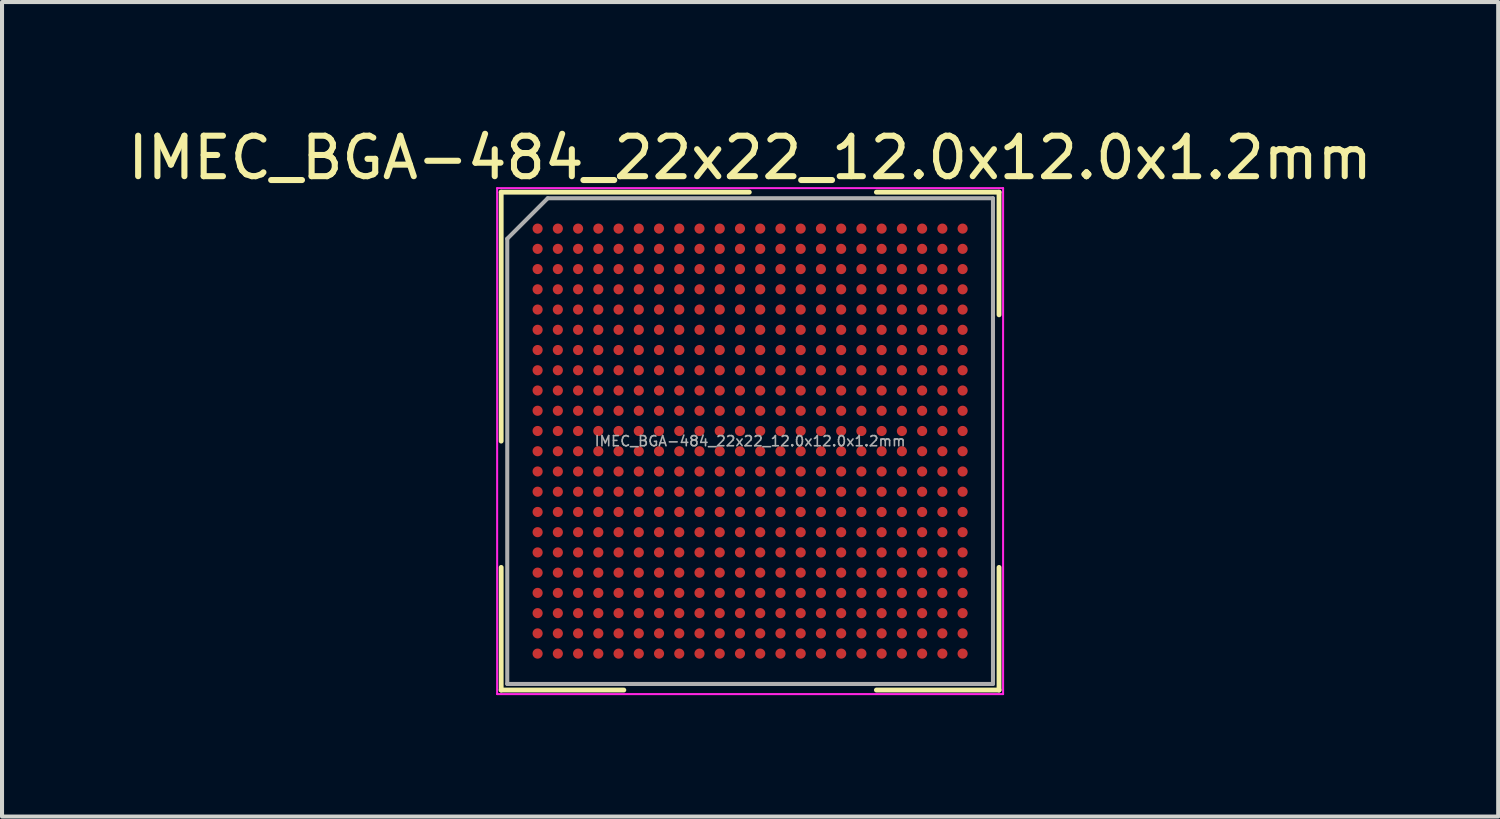
<source format=kicad_pcb>
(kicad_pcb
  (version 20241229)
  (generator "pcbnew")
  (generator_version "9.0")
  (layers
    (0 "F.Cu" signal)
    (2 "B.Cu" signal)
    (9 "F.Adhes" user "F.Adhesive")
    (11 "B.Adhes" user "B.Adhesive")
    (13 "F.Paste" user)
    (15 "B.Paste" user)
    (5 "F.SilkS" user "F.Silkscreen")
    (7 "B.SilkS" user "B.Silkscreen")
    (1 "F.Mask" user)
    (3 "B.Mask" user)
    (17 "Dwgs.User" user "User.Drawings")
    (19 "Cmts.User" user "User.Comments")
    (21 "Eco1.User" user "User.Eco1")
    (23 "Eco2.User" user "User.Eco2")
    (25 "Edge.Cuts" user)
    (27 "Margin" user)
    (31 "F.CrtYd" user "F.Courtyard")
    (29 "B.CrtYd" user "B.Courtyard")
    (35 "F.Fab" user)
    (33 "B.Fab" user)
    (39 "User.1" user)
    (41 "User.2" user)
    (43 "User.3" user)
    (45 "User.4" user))
  (footprint "IMEC_BGA-484_22x22_12.0x12.0x1.2mm"
    (layer "F.Cu")
    (at 15.482 7.848)
    (property "Reference" "IMEC_BGA-484_22x22_12.0x12.0x1.2mm" (at 0 -7 0) (layer "F.SilkS") (effects (font (size 1 1) (thickness 0.15))))
    (attr through_hole)
    (fp_line (start -6.15 -6.15) (end -6.15 0) (stroke (width 0.12) (type default)) (layer "F.SilkS"))
    (fp_line (start -6.15 -6.15) (end -0.02 -6.15) (stroke (width 0.12) (type default)) (layer "F.SilkS"))
    (fp_line (start -6.15 6.15) (end -6.15 3.12) (stroke (width 0.12) (type default)) (layer "F.SilkS"))
    (fp_line (start -3.12 6.15) (end -6.15 6.15) (stroke (width 0.12) (type default)) (layer "F.SilkS"))
    (fp_line (start 3.12 -6.15) (end 6.15 -6.15) (stroke (width 0.12) (type default)) (layer "F.SilkS"))
    (fp_line (start 6.15 -6.15) (end 6.15 -3.12) (stroke (width 0.12) (type default)) (layer "F.SilkS"))
    (fp_line (start 6.15 3.12) (end 6.15 6.15) (stroke (width 0.12) (type default)) (layer "F.SilkS"))
    (fp_line (start 6.15 6.15) (end 3.12 6.15) (stroke (width 0.12) (type default)) (layer "F.SilkS"))
    (fp_line (start -6.25 -6.25) (end 6.25 -6.25) (stroke (width 0.05) (type default)) (layer "F.CrtYd"))
    (fp_line (start -6.25 6.25) (end -6.25 -6.25) (stroke (width 0.05) (type default)) (layer "F.CrtYd"))
    (fp_line (start 6.25 -6.25) (end 6.25 6.25) (stroke (width 0.05) (type default)) (layer "F.CrtYd"))
    (fp_line (start 6.25 6.25) (end -6.25 6.25) (stroke (width 0.05) (type default)) (layer "F.CrtYd"))
    (fp_line (start -6 -5) (end -6 6) (stroke (width 0.1) (type default)) (layer "F.Fab"))
    (fp_line (start -6 6) (end 6 6) (stroke (width 0.1) (type default)) (layer "F.Fab"))
    (fp_line (start -5 -6) (end -6 -5) (stroke (width 0.1) (type default)) (layer "F.Fab"))
    (fp_line (start 6 -6) (end -5 -6) (stroke (width 0.1) (type default)) (layer "F.Fab"))
    (fp_line (start 6 6) (end 6 -6) (stroke (width 0.1) (type default)) (layer "F.Fab"))
    (fp_text user "${REFERENCE}" (at 0 0 0) (unlocked yes) (layer "F.Fab") (effects (font (size 0.25 0.25) (thickness 0.04))))
    (pad "A1" smd circle (at -5.25 -5.25) (size 0.25 0.25) (layers "F.Cu" "F.Mask" "F.Paste"))
    (pad "A2" smd circle (at -4.75 -5.25) (size 0.25 0.25) (layers "F.Cu" "F.Mask" "F.Paste"))
    (pad "A3" smd circle (at -4.25 -5.25) (size 0.25 0.25) (layers "F.Cu" "F.Mask" "F.Paste"))
    (pad "A4" smd circle (at -3.75 -5.25) (size 0.25 0.25) (layers "F.Cu" "F.Mask" "F.Paste"))
    (pad "A5" smd circle (at -3.25 -5.25) (size 0.25 0.25) (layers "F.Cu" "F.Mask" "F.Paste"))
    (pad "A6" smd circle (at -2.75 -5.25) (size 0.25 0.25) (layers "F.Cu" "F.Mask" "F.Paste"))
    (pad "A7" smd circle (at -2.25 -5.25) (size 0.25 0.25) (layers "F.Cu" "F.Mask" "F.Paste"))
    (pad "A8" smd circle (at -1.75 -5.25) (size 0.25 0.25) (layers "F.Cu" "F.Mask" "F.Paste"))
    (pad "A9" smd circle (at -1.25 -5.25) (size 0.25 0.25) (layers "F.Cu" "F.Mask" "F.Paste"))
    (pad "A10" smd circle (at -0.75 -5.25) (size 0.25 0.25) (layers "F.Cu" "F.Mask" "F.Paste"))
    (pad "A11" smd circle (at -0.25 -5.25) (size 0.25 0.25) (layers "F.Cu" "F.Mask" "F.Paste"))
    (pad "A12" smd circle (at 0.25 -5.25) (size 0.25 0.25) (layers "F.Cu" "F.Mask" "F.Paste"))
    (pad "A13" smd circle (at 0.75 -5.25) (size 0.25 0.25) (layers "F.Cu" "F.Mask" "F.Paste"))
    (pad "A14" smd circle (at 1.25 -5.25) (size 0.25 0.25) (layers "F.Cu" "F.Mask" "F.Paste"))
    (pad "A15" smd circle (at 1.75 -5.25) (size 0.25 0.25) (layers "F.Cu" "F.Mask" "F.Paste"))
    (pad "A16" smd circle (at 2.25 -5.25) (size 0.25 0.25) (layers "F.Cu" "F.Mask" "F.Paste"))
    (pad "A17" smd circle (at 2.75 -5.25) (size 0.25 0.25) (layers "F.Cu" "F.Mask" "F.Paste"))
    (pad "A18" smd circle (at 3.25 -5.25) (size 0.25 0.25) (layers "F.Cu" "F.Mask" "F.Paste"))
    (pad "A19" smd circle (at 3.75 -5.25) (size 0.25 0.25) (layers "F.Cu" "F.Mask" "F.Paste"))
    (pad "A20" smd circle (at 4.25 -5.25) (size 0.25 0.25) (layers "F.Cu" "F.Mask" "F.Paste"))
    (pad "A21" smd circle (at 4.75 -5.25) (size 0.25 0.25) (layers "F.Cu" "F.Mask" "F.Paste"))
    (pad "A22" smd circle (at 5.25 -5.25) (size 0.25 0.25) (layers "F.Cu" "F.Mask" "F.Paste"))
    (pad "AA1" smd circle (at -5.25 4.75) (size 0.25 0.25) (layers "F.Cu" "F.Mask" "F.Paste"))
    (pad "AA2" smd circle (at -4.75 4.75) (size 0.25 0.25) (layers "F.Cu" "F.Mask" "F.Paste"))
    (pad "AA3" smd circle (at -4.25 4.75) (size 0.25 0.25) (layers "F.Cu" "F.Mask" "F.Paste"))
    (pad "AA4" smd circle (at -3.75 4.75) (size 0.25 0.25) (layers "F.Cu" "F.Mask" "F.Paste"))
    (pad "AA5" smd circle (at -3.25 4.75) (size 0.25 0.25) (layers "F.Cu" "F.Mask" "F.Paste"))
    (pad "AA6" smd circle (at -2.75 4.75) (size 0.25 0.25) (layers "F.Cu" "F.Mask" "F.Paste"))
    (pad "AA7" smd circle (at -2.25 4.75) (size 0.25 0.25) (layers "F.Cu" "F.Mask" "F.Paste"))
    (pad "AA8" smd circle (at -1.75 4.75) (size 0.25 0.25) (layers "F.Cu" "F.Mask" "F.Paste"))
    (pad "AA9" smd circle (at -1.25 4.75) (size 0.25 0.25) (layers "F.Cu" "F.Mask" "F.Paste"))
    (pad "AA10" smd circle (at -0.75 4.75) (size 0.25 0.25) (layers "F.Cu" "F.Mask" "F.Paste"))
    (pad "AA11" smd circle (at -0.25 4.75) (size 0.25 0.25) (layers "F.Cu" "F.Mask" "F.Paste"))
    (pad "AA12" smd circle (at 0.25 4.75) (size 0.25 0.25) (layers "F.Cu" "F.Mask" "F.Paste"))
    (pad "AA13" smd circle (at 0.75 4.75) (size 0.25 0.25) (layers "F.Cu" "F.Mask" "F.Paste"))
    (pad "AA14" smd circle (at 1.25 4.75) (size 0.25 0.25) (layers "F.Cu" "F.Mask" "F.Paste"))
    (pad "AA15" smd circle (at 1.75 4.75) (size 0.25 0.25) (layers "F.Cu" "F.Mask" "F.Paste"))
    (pad "AA16" smd circle (at 2.25 4.75) (size 0.25 0.25) (layers "F.Cu" "F.Mask" "F.Paste"))
    (pad "AA17" smd circle (at 2.75 4.75) (size 0.25 0.25) (layers "F.Cu" "F.Mask" "F.Paste"))
    (pad "AA18" smd circle (at 3.25 4.75) (size 0.25 0.25) (layers "F.Cu" "F.Mask" "F.Paste"))
    (pad "AA19" smd circle (at 3.75 4.75) (size 0.25 0.25) (layers "F.Cu" "F.Mask" "F.Paste"))
    (pad "AA20" smd circle (at 4.25 4.75) (size 0.25 0.25) (layers "F.Cu" "F.Mask" "F.Paste"))
    (pad "AA21" smd circle (at 4.75 4.75) (size 0.25 0.25) (layers "F.Cu" "F.Mask" "F.Paste"))
    (pad "AA22" smd circle (at 5.25 4.75) (size 0.25 0.25) (layers "F.Cu" "F.Mask" "F.Paste"))
    (pad "AB1" smd circle (at -5.25 5.25) (size 0.25 0.25) (layers "F.Cu" "F.Mask" "F.Paste"))
    (pad "AB2" smd circle (at -4.75 5.25) (size 0.25 0.25) (layers "F.Cu" "F.Mask" "F.Paste"))
    (pad "AB3" smd circle (at -4.25 5.25) (size 0.25 0.25) (layers "F.Cu" "F.Mask" "F.Paste"))
    (pad "AB4" smd circle (at -3.75 5.25) (size 0.25 0.25) (layers "F.Cu" "F.Mask" "F.Paste"))
    (pad "AB5" smd circle (at -3.25 5.25) (size 0.25 0.25) (layers "F.Cu" "F.Mask" "F.Paste"))
    (pad "AB6" smd circle (at -2.75 5.25) (size 0.25 0.25) (layers "F.Cu" "F.Mask" "F.Paste"))
    (pad "AB7" smd circle (at -2.25 5.25) (size 0.25 0.25) (layers "F.Cu" "F.Mask" "F.Paste"))
    (pad "AB8" smd circle (at -1.75 5.25) (size 0.25 0.25) (layers "F.Cu" "F.Mask" "F.Paste"))
    (pad "AB9" smd circle (at -1.25 5.25) (size 0.25 0.25) (layers "F.Cu" "F.Mask" "F.Paste"))
    (pad "AB10" smd circle (at -0.75 5.25) (size 0.25 0.25) (layers "F.Cu" "F.Mask" "F.Paste"))
    (pad "AB11" smd circle (at -0.25 5.25) (size 0.25 0.25) (layers "F.Cu" "F.Mask" "F.Paste"))
    (pad "AB12" smd circle (at 0.25 5.25) (size 0.25 0.25) (layers "F.Cu" "F.Mask" "F.Paste"))
    (pad "AB13" smd circle (at 0.75 5.25) (size 0.25 0.25) (layers "F.Cu" "F.Mask" "F.Paste"))
    (pad "AB14" smd circle (at 1.25 5.25) (size 0.25 0.25) (layers "F.Cu" "F.Mask" "F.Paste"))
    (pad "AB15" smd circle (at 1.75 5.25) (size 0.25 0.25) (layers "F.Cu" "F.Mask" "F.Paste"))
    (pad "AB16" smd circle (at 2.25 5.25) (size 0.25 0.25) (layers "F.Cu" "F.Mask" "F.Paste"))
    (pad "AB17" smd circle (at 2.75 5.25) (size 0.25 0.25) (layers "F.Cu" "F.Mask" "F.Paste"))
    (pad "AB18" smd circle (at 3.25 5.25) (size 0.25 0.25) (layers "F.Cu" "F.Mask" "F.Paste"))
    (pad "AB19" smd circle (at 3.75 5.25) (size 0.25 0.25) (layers "F.Cu" "F.Mask" "F.Paste"))
    (pad "AB20" smd circle (at 4.25 5.25) (size 0.25 0.25) (layers "F.Cu" "F.Mask" "F.Paste"))
    (pad "AB21" smd circle (at 4.75 5.25) (size 0.25 0.25) (layers "F.Cu" "F.Mask" "F.Paste"))
    (pad "AB22" smd circle (at 5.25 5.25) (size 0.25 0.25) (layers "F.Cu" "F.Mask" "F.Paste"))
    (pad "B1" smd circle (at -5.25 -4.75) (size 0.25 0.25) (layers "F.Cu" "F.Mask" "F.Paste"))
    (pad "B2" smd circle (at -4.75 -4.75) (size 0.25 0.25) (layers "F.Cu" "F.Mask" "F.Paste"))
    (pad "B3" smd circle (at -4.25 -4.75) (size 0.25 0.25) (layers "F.Cu" "F.Mask" "F.Paste"))
    (pad "B4" smd circle (at -3.75 -4.75) (size 0.25 0.25) (layers "F.Cu" "F.Mask" "F.Paste"))
    (pad "B5" smd circle (at -3.25 -4.75) (size 0.25 0.25) (layers "F.Cu" "F.Mask" "F.Paste"))
    (pad "B6" smd circle (at -2.75 -4.75) (size 0.25 0.25) (layers "F.Cu" "F.Mask" "F.Paste"))
    (pad "B7" smd circle (at -2.25 -4.75) (size 0.25 0.25) (layers "F.Cu" "F.Mask" "F.Paste"))
    (pad "B8" smd circle (at -1.75 -4.75) (size 0.25 0.25) (layers "F.Cu" "F.Mask" "F.Paste"))
    (pad "B9" smd circle (at -1.25 -4.75) (size 0.25 0.25) (layers "F.Cu" "F.Mask" "F.Paste"))
    (pad "B10" smd circle (at -0.75 -4.75) (size 0.25 0.25) (layers "F.Cu" "F.Mask" "F.Paste"))
    (pad "B11" smd circle (at -0.25 -4.75) (size 0.25 0.25) (layers "F.Cu" "F.Mask" "F.Paste"))
    (pad "B12" smd circle (at 0.25 -4.75) (size 0.25 0.25) (layers "F.Cu" "F.Mask" "F.Paste"))
    (pad "B13" smd circle (at 0.75 -4.75) (size 0.25 0.25) (layers "F.Cu" "F.Mask" "F.Paste"))
    (pad "B14" smd circle (at 1.25 -4.75) (size 0.25 0.25) (layers "F.Cu" "F.Mask" "F.Paste"))
    (pad "B15" smd circle (at 1.75 -4.75) (size 0.25 0.25) (layers "F.Cu" "F.Mask" "F.Paste"))
    (pad "B16" smd circle (at 2.25 -4.75) (size 0.25 0.25) (layers "F.Cu" "F.Mask" "F.Paste"))
    (pad "B17" smd circle (at 2.75 -4.75) (size 0.25 0.25) (layers "F.Cu" "F.Mask" "F.Paste"))
    (pad "B18" smd circle (at 3.25 -4.75) (size 0.25 0.25) (layers "F.Cu" "F.Mask" "F.Paste"))
    (pad "B19" smd circle (at 3.75 -4.75) (size 0.25 0.25) (layers "F.Cu" "F.Mask" "F.Paste"))
    (pad "B20" smd circle (at 4.25 -4.75) (size 0.25 0.25) (layers "F.Cu" "F.Mask" "F.Paste"))
    (pad "B21" smd circle (at 4.75 -4.75) (size 0.25 0.25) (layers "F.Cu" "F.Mask" "F.Paste"))
    (pad "B22" smd circle (at 5.25 -4.75) (size 0.25 0.25) (layers "F.Cu" "F.Mask" "F.Paste"))
    (pad "C1" smd circle (at -5.25 -4.25) (size 0.25 0.25) (layers "F.Cu" "F.Mask" "F.Paste"))
    (pad "C2" smd circle (at -4.75 -4.25) (size 0.25 0.25) (layers "F.Cu" "F.Mask" "F.Paste"))
    (pad "C3" smd circle (at -4.25 -4.25) (size 0.25 0.25) (layers "F.Cu" "F.Mask" "F.Paste"))
    (pad "C4" smd circle (at -3.75 -4.25) (size 0.25 0.25) (layers "F.Cu" "F.Mask" "F.Paste"))
    (pad "C5" smd circle (at -3.25 -4.25) (size 0.25 0.25) (layers "F.Cu" "F.Mask" "F.Paste"))
    (pad "C6" smd circle (at -2.75 -4.25) (size 0.25 0.25) (layers "F.Cu" "F.Mask" "F.Paste"))
    (pad "C7" smd circle (at -2.25 -4.25) (size 0.25 0.25) (layers "F.Cu" "F.Mask" "F.Paste"))
    (pad "C8" smd circle (at -1.75 -4.25) (size 0.25 0.25) (layers "F.Cu" "F.Mask" "F.Paste"))
    (pad "C9" smd circle (at -1.25 -4.25) (size 0.25 0.25) (layers "F.Cu" "F.Mask" "F.Paste"))
    (pad "C10" smd circle (at -0.75 -4.25) (size 0.25 0.25) (layers "F.Cu" "F.Mask" "F.Paste"))
    (pad "C11" smd circle (at -0.25 -4.25) (size 0.25 0.25) (layers "F.Cu" "F.Mask" "F.Paste"))
    (pad "C12" smd circle (at 0.25 -4.25) (size 0.25 0.25) (layers "F.Cu" "F.Mask" "F.Paste"))
    (pad "C13" smd circle (at 0.75 -4.25) (size 0.25 0.25) (layers "F.Cu" "F.Mask" "F.Paste"))
    (pad "C14" smd circle (at 1.25 -4.25) (size 0.25 0.25) (layers "F.Cu" "F.Mask" "F.Paste"))
    (pad "C15" smd circle (at 1.75 -4.25) (size 0.25 0.25) (layers "F.Cu" "F.Mask" "F.Paste"))
    (pad "C16" smd circle (at 2.25 -4.25) (size 0.25 0.25) (layers "F.Cu" "F.Mask" "F.Paste"))
    (pad "C17" smd circle (at 2.75 -4.25) (size 0.25 0.25) (layers "F.Cu" "F.Mask" "F.Paste"))
    (pad "C18" smd circle (at 3.25 -4.25) (size 0.25 0.25) (layers "F.Cu" "F.Mask" "F.Paste"))
    (pad "C19" smd circle (at 3.75 -4.25) (size 0.25 0.25) (layers "F.Cu" "F.Mask" "F.Paste"))
    (pad "C20" smd circle (at 4.25 -4.25) (size 0.25 0.25) (layers "F.Cu" "F.Mask" "F.Paste"))
    (pad "C21" smd circle (at 4.75 -4.25) (size 0.25 0.25) (layers "F.Cu" "F.Mask" "F.Paste"))
    (pad "C22" smd circle (at 5.25 -4.25) (size 0.25 0.25) (layers "F.Cu" "F.Mask" "F.Paste"))
    (pad "D1" smd circle (at -5.25 -3.75) (size 0.25 0.25) (layers "F.Cu" "F.Mask" "F.Paste"))
    (pad "D2" smd circle (at -4.75 -3.75) (size 0.25 0.25) (layers "F.Cu" "F.Mask" "F.Paste"))
    (pad "D3" smd circle (at -4.25 -3.75) (size 0.25 0.25) (layers "F.Cu" "F.Mask" "F.Paste"))
    (pad "D4" smd circle (at -3.75 -3.75) (size 0.25 0.25) (layers "F.Cu" "F.Mask" "F.Paste"))
    (pad "D5" smd circle (at -3.25 -3.75) (size 0.25 0.25) (layers "F.Cu" "F.Mask" "F.Paste"))
    (pad "D6" smd circle (at -2.75 -3.75) (size 0.25 0.25) (layers "F.Cu" "F.Mask" "F.Paste"))
    (pad "D7" smd circle (at -2.25 -3.75) (size 0.25 0.25) (layers "F.Cu" "F.Mask" "F.Paste"))
    (pad "D8" smd circle (at -1.75 -3.75) (size 0.25 0.25) (layers "F.Cu" "F.Mask" "F.Paste"))
    (pad "D9" smd circle (at -1.25 -3.75) (size 0.25 0.25) (layers "F.Cu" "F.Mask" "F.Paste"))
    (pad "D10" smd circle (at -0.75 -3.75) (size 0.25 0.25) (layers "F.Cu" "F.Mask" "F.Paste"))
    (pad "D11" smd circle (at -0.25 -3.75) (size 0.25 0.25) (layers "F.Cu" "F.Mask" "F.Paste"))
    (pad "D12" smd circle (at 0.25 -3.75) (size 0.25 0.25) (layers "F.Cu" "F.Mask" "F.Paste"))
    (pad "D13" smd circle (at 0.75 -3.75) (size 0.25 0.25) (layers "F.Cu" "F.Mask" "F.Paste"))
    (pad "D14" smd circle (at 1.25 -3.75) (size 0.25 0.25) (layers "F.Cu" "F.Mask" "F.Paste"))
    (pad "D15" smd circle (at 1.75 -3.75) (size 0.25 0.25) (layers "F.Cu" "F.Mask" "F.Paste"))
    (pad "D16" smd circle (at 2.25 -3.75) (size 0.25 0.25) (layers "F.Cu" "F.Mask" "F.Paste"))
    (pad "D17" smd circle (at 2.75 -3.75) (size 0.25 0.25) (layers "F.Cu" "F.Mask" "F.Paste"))
    (pad "D18" smd circle (at 3.25 -3.75) (size 0.25 0.25) (layers "F.Cu" "F.Mask" "F.Paste"))
    (pad "D19" smd circle (at 3.75 -3.75) (size 0.25 0.25) (layers "F.Cu" "F.Mask" "F.Paste"))
    (pad "D20" smd circle (at 4.25 -3.75) (size 0.25 0.25) (layers "F.Cu" "F.Mask" "F.Paste"))
    (pad "D21" smd circle (at 4.75 -3.75) (size 0.25 0.25) (layers "F.Cu" "F.Mask" "F.Paste"))
    (pad "D22" smd circle (at 5.25 -3.75) (size 0.25 0.25) (layers "F.Cu" "F.Mask" "F.Paste"))
    (pad "E1" smd circle (at -5.25 -3.25) (size 0.25 0.25) (layers "F.Cu" "F.Mask" "F.Paste"))
    (pad "E2" smd circle (at -4.75 -3.25) (size 0.25 0.25) (layers "F.Cu" "F.Mask" "F.Paste"))
    (pad "E3" smd circle (at -4.25 -3.25) (size 0.25 0.25) (layers "F.Cu" "F.Mask" "F.Paste"))
    (pad "E4" smd circle (at -3.75 -3.25) (size 0.25 0.25) (layers "F.Cu" "F.Mask" "F.Paste"))
    (pad "E5" smd circle (at -3.25 -3.25) (size 0.25 0.25) (layers "F.Cu" "F.Mask" "F.Paste"))
    (pad "E6" smd circle (at -2.75 -3.25) (size 0.25 0.25) (layers "F.Cu" "F.Mask" "F.Paste"))
    (pad "E7" smd circle (at -2.25 -3.25) (size 0.25 0.25) (layers "F.Cu" "F.Mask" "F.Paste"))
    (pad "E8" smd circle (at -1.75 -3.25) (size 0.25 0.25) (layers "F.Cu" "F.Mask" "F.Paste"))
    (pad "E9" smd circle (at -1.25 -3.25) (size 0.25 0.25) (layers "F.Cu" "F.Mask" "F.Paste"))
    (pad "E10" smd circle (at -0.75 -3.25) (size 0.25 0.25) (layers "F.Cu" "F.Mask" "F.Paste"))
    (pad "E11" smd circle (at -0.25 -3.25) (size 0.25 0.25) (layers "F.Cu" "F.Mask" "F.Paste"))
    (pad "E12" smd circle (at 0.25 -3.25) (size 0.25 0.25) (layers "F.Cu" "F.Mask" "F.Paste"))
    (pad "E13" smd circle (at 0.75 -3.25) (size 0.25 0.25) (layers "F.Cu" "F.Mask" "F.Paste"))
    (pad "E14" smd circle (at 1.25 -3.25) (size 0.25 0.25) (layers "F.Cu" "F.Mask" "F.Paste"))
    (pad "E15" smd circle (at 1.75 -3.25) (size 0.25 0.25) (layers "F.Cu" "F.Mask" "F.Paste"))
    (pad "E16" smd circle (at 2.25 -3.25) (size 0.25 0.25) (layers "F.Cu" "F.Mask" "F.Paste"))
    (pad "E17" smd circle (at 2.75 -3.25) (size 0.25 0.25) (layers "F.Cu" "F.Mask" "F.Paste"))
    (pad "E18" smd circle (at 3.25 -3.25) (size 0.25 0.25) (layers "F.Cu" "F.Mask" "F.Paste"))
    (pad "E19" smd circle (at 3.75 -3.25) (size 0.25 0.25) (layers "F.Cu" "F.Mask" "F.Paste"))
    (pad "E20" smd circle (at 4.25 -3.25) (size 0.25 0.25) (layers "F.Cu" "F.Mask" "F.Paste"))
    (pad "E21" smd circle (at 4.75 -3.25) (size 0.25 0.25) (layers "F.Cu" "F.Mask" "F.Paste"))
    (pad "E22" smd circle (at 5.25 -3.25) (size 0.25 0.25) (layers "F.Cu" "F.Mask" "F.Paste"))
    (pad "F1" smd circle (at -5.25 -2.75) (size 0.25 0.25) (layers "F.Cu" "F.Mask" "F.Paste"))
    (pad "F2" smd circle (at -4.75 -2.75) (size 0.25 0.25) (layers "F.Cu" "F.Mask" "F.Paste"))
    (pad "F3" smd circle (at -4.25 -2.75) (size 0.25 0.25) (layers "F.Cu" "F.Mask" "F.Paste"))
    (pad "F4" smd circle (at -3.75 -2.75) (size 0.25 0.25) (layers "F.Cu" "F.Mask" "F.Paste"))
    (pad "F5" smd circle (at -3.25 -2.75) (size 0.25 0.25) (layers "F.Cu" "F.Mask" "F.Paste"))
    (pad "F6" smd circle (at -2.75 -2.75) (size 0.25 0.25) (layers "F.Cu" "F.Mask" "F.Paste"))
    (pad "F7" smd circle (at -2.25 -2.75) (size 0.25 0.25) (layers "F.Cu" "F.Mask" "F.Paste"))
    (pad "F8" smd circle (at -1.75 -2.75) (size 0.25 0.25) (layers "F.Cu" "F.Mask" "F.Paste"))
    (pad "F9" smd circle (at -1.25 -2.75) (size 0.25 0.25) (layers "F.Cu" "F.Mask" "F.Paste"))
    (pad "F10" smd circle (at -0.75 -2.75) (size 0.25 0.25) (layers "F.Cu" "F.Mask" "F.Paste"))
    (pad "F11" smd circle (at -0.25 -2.75) (size 0.25 0.25) (layers "F.Cu" "F.Mask" "F.Paste"))
    (pad "F12" smd circle (at 0.25 -2.75) (size 0.25 0.25) (layers "F.Cu" "F.Mask" "F.Paste"))
    (pad "F13" smd circle (at 0.75 -2.75) (size 0.25 0.25) (layers "F.Cu" "F.Mask" "F.Paste"))
    (pad "F14" smd circle (at 1.25 -2.75) (size 0.25 0.25) (layers "F.Cu" "F.Mask" "F.Paste"))
    (pad "F15" smd circle (at 1.75 -2.75) (size 0.25 0.25) (layers "F.Cu" "F.Mask" "F.Paste"))
    (pad "F16" smd circle (at 2.25 -2.75) (size 0.25 0.25) (layers "F.Cu" "F.Mask" "F.Paste"))
    (pad "F17" smd circle (at 2.75 -2.75) (size 0.25 0.25) (layers "F.Cu" "F.Mask" "F.Paste"))
    (pad "F18" smd circle (at 3.25 -2.75) (size 0.25 0.25) (layers "F.Cu" "F.Mask" "F.Paste"))
    (pad "F19" smd circle (at 3.75 -2.75) (size 0.25 0.25) (layers "F.Cu" "F.Mask" "F.Paste"))
    (pad "F20" smd circle (at 4.25 -2.75) (size 0.25 0.25) (layers "F.Cu" "F.Mask" "F.Paste"))
    (pad "F21" smd circle (at 4.75 -2.75) (size 0.25 0.25) (layers "F.Cu" "F.Mask" "F.Paste"))
    (pad "F22" smd circle (at 5.25 -2.75) (size 0.25 0.25) (layers "F.Cu" "F.Mask" "F.Paste"))
    (pad "G1" smd circle (at -5.25 -2.25) (size 0.25 0.25) (layers "F.Cu" "F.Mask" "F.Paste"))
    (pad "G2" smd circle (at -4.75 -2.25) (size 0.25 0.25) (layers "F.Cu" "F.Mask" "F.Paste"))
    (pad "G3" smd circle (at -4.25 -2.25) (size 0.25 0.25) (layers "F.Cu" "F.Mask" "F.Paste"))
    (pad "G4" smd circle (at -3.75 -2.25) (size 0.25 0.25) (layers "F.Cu" "F.Mask" "F.Paste"))
    (pad "G5" smd circle (at -3.25 -2.25) (size 0.25 0.25) (layers "F.Cu" "F.Mask" "F.Paste"))
    (pad "G6" smd circle (at -2.75 -2.25) (size 0.25 0.25) (layers "F.Cu" "F.Mask" "F.Paste"))
    (pad "G7" smd circle (at -2.25 -2.25) (size 0.25 0.25) (layers "F.Cu" "F.Mask" "F.Paste"))
    (pad "G8" smd circle (at -1.75 -2.25) (size 0.25 0.25) (layers "F.Cu" "F.Mask" "F.Paste"))
    (pad "G9" smd circle (at -1.25 -2.25) (size 0.25 0.25) (layers "F.Cu" "F.Mask" "F.Paste"))
    (pad "G10" smd circle (at -0.75 -2.25) (size 0.25 0.25) (layers "F.Cu" "F.Mask" "F.Paste"))
    (pad "G11" smd circle (at -0.25 -2.25) (size 0.25 0.25) (layers "F.Cu" "F.Mask" "F.Paste"))
    (pad "G12" smd circle (at 0.25 -2.25) (size 0.25 0.25) (layers "F.Cu" "F.Mask" "F.Paste"))
    (pad "G13" smd circle (at 0.75 -2.25) (size 0.25 0.25) (layers "F.Cu" "F.Mask" "F.Paste"))
    (pad "G14" smd circle (at 1.25 -2.25) (size 0.25 0.25) (layers "F.Cu" "F.Mask" "F.Paste"))
    (pad "G15" smd circle (at 1.75 -2.25) (size 0.25 0.25) (layers "F.Cu" "F.Mask" "F.Paste"))
    (pad "G16" smd circle (at 2.25 -2.25) (size 0.25 0.25) (layers "F.Cu" "F.Mask" "F.Paste"))
    (pad "G17" smd circle (at 2.75 -2.25) (size 0.25 0.25) (layers "F.Cu" "F.Mask" "F.Paste"))
    (pad "G18" smd circle (at 3.25 -2.25) (size 0.25 0.25) (layers "F.Cu" "F.Mask" "F.Paste"))
    (pad "G19" smd circle (at 3.75 -2.25) (size 0.25 0.25) (layers "F.Cu" "F.Mask" "F.Paste"))
    (pad "G20" smd circle (at 4.25 -2.25) (size 0.25 0.25) (layers "F.Cu" "F.Mask" "F.Paste"))
    (pad "G21" smd circle (at 4.75 -2.25) (size 0.25 0.25) (layers "F.Cu" "F.Mask" "F.Paste"))
    (pad "G22" smd circle (at 5.25 -2.25) (size 0.25 0.25) (layers "F.Cu" "F.Mask" "F.Paste"))
    (pad "H1" smd circle (at -5.25 -1.75) (size 0.25 0.25) (layers "F.Cu" "F.Mask" "F.Paste"))
    (pad "H2" smd circle (at -4.75 -1.75) (size 0.25 0.25) (layers "F.Cu" "F.Mask" "F.Paste"))
    (pad "H3" smd circle (at -4.25 -1.75) (size 0.25 0.25) (layers "F.Cu" "F.Mask" "F.Paste"))
    (pad "H4" smd circle (at -3.75 -1.75) (size 0.25 0.25) (layers "F.Cu" "F.Mask" "F.Paste"))
    (pad "H5" smd circle (at -3.25 -1.75) (size 0.25 0.25) (layers "F.Cu" "F.Mask" "F.Paste"))
    (pad "H6" smd circle (at -2.75 -1.75) (size 0.25 0.25) (layers "F.Cu" "F.Mask" "F.Paste"))
    (pad "H7" smd circle (at -2.25 -1.75) (size 0.25 0.25) (layers "F.Cu" "F.Mask" "F.Paste"))
    (pad "H8" smd circle (at -1.75 -1.75) (size 0.25 0.25) (layers "F.Cu" "F.Mask" "F.Paste"))
    (pad "H9" smd circle (at -1.25 -1.75) (size 0.25 0.25) (layers "F.Cu" "F.Mask" "F.Paste"))
    (pad "H10" smd circle (at -0.75 -1.75) (size 0.25 0.25) (layers "F.Cu" "F.Mask" "F.Paste"))
    (pad "H11" smd circle (at -0.25 -1.75) (size 0.25 0.25) (layers "F.Cu" "F.Mask" "F.Paste"))
    (pad "H12" smd circle (at 0.25 -1.75) (size 0.25 0.25) (layers "F.Cu" "F.Mask" "F.Paste"))
    (pad "H13" smd circle (at 0.75 -1.75) (size 0.25 0.25) (layers "F.Cu" "F.Mask" "F.Paste"))
    (pad "H14" smd circle (at 1.25 -1.75) (size 0.25 0.25) (layers "F.Cu" "F.Mask" "F.Paste"))
    (pad "H15" smd circle (at 1.75 -1.75) (size 0.25 0.25) (layers "F.Cu" "F.Mask" "F.Paste"))
    (pad "H16" smd circle (at 2.25 -1.75) (size 0.25 0.25) (layers "F.Cu" "F.Mask" "F.Paste"))
    (pad "H17" smd circle (at 2.75 -1.75) (size 0.25 0.25) (layers "F.Cu" "F.Mask" "F.Paste"))
    (pad "H18" smd circle (at 3.25 -1.75) (size 0.25 0.25) (layers "F.Cu" "F.Mask" "F.Paste"))
    (pad "H19" smd circle (at 3.75 -1.75) (size 0.25 0.25) (layers "F.Cu" "F.Mask" "F.Paste"))
    (pad "H20" smd circle (at 4.25 -1.75) (size 0.25 0.25) (layers "F.Cu" "F.Mask" "F.Paste"))
    (pad "H21" smd circle (at 4.75 -1.75) (size 0.25 0.25) (layers "F.Cu" "F.Mask" "F.Paste"))
    (pad "H22" smd circle (at 5.25 -1.75) (size 0.25 0.25) (layers "F.Cu" "F.Mask" "F.Paste"))
    (pad "J1" smd circle (at -5.25 -1.25) (size 0.25 0.25) (layers "F.Cu" "F.Mask" "F.Paste"))
    (pad "J2" smd circle (at -4.75 -1.25) (size 0.25 0.25) (layers "F.Cu" "F.Mask" "F.Paste"))
    (pad "J3" smd circle (at -4.25 -1.25) (size 0.25 0.25) (layers "F.Cu" "F.Mask" "F.Paste"))
    (pad "J4" smd circle (at -3.75 -1.25) (size 0.25 0.25) (layers "F.Cu" "F.Mask" "F.Paste"))
    (pad "J5" smd circle (at -3.25 -1.25) (size 0.25 0.25) (layers "F.Cu" "F.Mask" "F.Paste"))
    (pad "J6" smd circle (at -2.75 -1.25) (size 0.25 0.25) (layers "F.Cu" "F.Mask" "F.Paste"))
    (pad "J7" smd circle (at -2.25 -1.25) (size 0.25 0.25) (layers "F.Cu" "F.Mask" "F.Paste"))
    (pad "J8" smd circle (at -1.75 -1.25) (size 0.25 0.25) (layers "F.Cu" "F.Mask" "F.Paste"))
    (pad "J9" smd circle (at -1.25 -1.25) (size 0.25 0.25) (layers "F.Cu" "F.Mask" "F.Paste"))
    (pad "J10" smd circle (at -0.75 -1.25) (size 0.25 0.25) (layers "F.Cu" "F.Mask" "F.Paste"))
    (pad "J11" smd circle (at -0.25 -1.25) (size 0.25 0.25) (layers "F.Cu" "F.Mask" "F.Paste"))
    (pad "J12" smd circle (at 0.25 -1.25) (size 0.25 0.25) (layers "F.Cu" "F.Mask" "F.Paste"))
    (pad "J13" smd circle (at 0.75 -1.25) (size 0.25 0.25) (layers "F.Cu" "F.Mask" "F.Paste"))
    (pad "J14" smd circle (at 1.25 -1.25) (size 0.25 0.25) (layers "F.Cu" "F.Mask" "F.Paste"))
    (pad "J15" smd circle (at 1.75 -1.25) (size 0.25 0.25) (layers "F.Cu" "F.Mask" "F.Paste"))
    (pad "J16" smd circle (at 2.25 -1.25) (size 0.25 0.25) (layers "F.Cu" "F.Mask" "F.Paste"))
    (pad "J17" smd circle (at 2.75 -1.25) (size 0.25 0.25) (layers "F.Cu" "F.Mask" "F.Paste"))
    (pad "J18" smd circle (at 3.25 -1.25) (size 0.25 0.25) (layers "F.Cu" "F.Mask" "F.Paste"))
    (pad "J19" smd circle (at 3.75 -1.25) (size 0.25 0.25) (layers "F.Cu" "F.Mask" "F.Paste"))
    (pad "J20" smd circle (at 4.25 -1.25) (size 0.25 0.25) (layers "F.Cu" "F.Mask" "F.Paste"))
    (pad "J21" smd circle (at 4.75 -1.25) (size 0.25 0.25) (layers "F.Cu" "F.Mask" "F.Paste"))
    (pad "J22" smd circle (at 5.25 -1.25) (size 0.25 0.25) (layers "F.Cu" "F.Mask" "F.Paste"))
    (pad "K1" smd circle (at -5.25 -0.75) (size 0.25 0.25) (layers "F.Cu" "F.Mask" "F.Paste"))
    (pad "K2" smd circle (at -4.75 -0.75) (size 0.25 0.25) (layers "F.Cu" "F.Mask" "F.Paste"))
    (pad "K3" smd circle (at -4.25 -0.75) (size 0.25 0.25) (layers "F.Cu" "F.Mask" "F.Paste"))
    (pad "K4" smd circle (at -3.75 -0.75) (size 0.25 0.25) (layers "F.Cu" "F.Mask" "F.Paste"))
    (pad "K5" smd circle (at -3.25 -0.75) (size 0.25 0.25) (layers "F.Cu" "F.Mask" "F.Paste"))
    (pad "K6" smd circle (at -2.75 -0.75) (size 0.25 0.25) (layers "F.Cu" "F.Mask" "F.Paste"))
    (pad "K7" smd circle (at -2.25 -0.75) (size 0.25 0.25) (layers "F.Cu" "F.Mask" "F.Paste"))
    (pad "K8" smd circle (at -1.75 -0.75) (size 0.25 0.25) (layers "F.Cu" "F.Mask" "F.Paste"))
    (pad "K9" smd circle (at -1.25 -0.75) (size 0.25 0.25) (layers "F.Cu" "F.Mask" "F.Paste"))
    (pad "K10" smd circle (at -0.75 -0.75) (size 0.25 0.25) (layers "F.Cu" "F.Mask" "F.Paste"))
    (pad "K11" smd circle (at -0.25 -0.75) (size 0.25 0.25) (layers "F.Cu" "F.Mask" "F.Paste"))
    (pad "K12" smd circle (at 0.25 -0.75) (size 0.25 0.25) (layers "F.Cu" "F.Mask" "F.Paste"))
    (pad "K13" smd circle (at 0.75 -0.75) (size 0.25 0.25) (layers "F.Cu" "F.Mask" "F.Paste"))
    (pad "K14" smd circle (at 1.25 -0.75) (size 0.25 0.25) (layers "F.Cu" "F.Mask" "F.Paste"))
    (pad "K15" smd circle (at 1.75 -0.75) (size 0.25 0.25) (layers "F.Cu" "F.Mask" "F.Paste"))
    (pad "K16" smd circle (at 2.25 -0.75) (size 0.25 0.25) (layers "F.Cu" "F.Mask" "F.Paste"))
    (pad "K17" smd circle (at 2.75 -0.75) (size 0.25 0.25) (layers "F.Cu" "F.Mask" "F.Paste"))
    (pad "K18" smd circle (at 3.25 -0.75) (size 0.25 0.25) (layers "F.Cu" "F.Mask" "F.Paste"))
    (pad "K19" smd circle (at 3.75 -0.75) (size 0.25 0.25) (layers "F.Cu" "F.Mask" "F.Paste"))
    (pad "K20" smd circle (at 4.25 -0.75) (size 0.25 0.25) (layers "F.Cu" "F.Mask" "F.Paste"))
    (pad "K21" smd circle (at 4.75 -0.75) (size 0.25 0.25) (layers "F.Cu" "F.Mask" "F.Paste"))
    (pad "K22" smd circle (at 5.25 -0.75) (size 0.25 0.25) (layers "F.Cu" "F.Mask" "F.Paste"))
    (pad "L1" smd circle (at -5.25 -0.25) (size 0.25 0.25) (layers "F.Cu" "F.Mask" "F.Paste"))
    (pad "L2" smd circle (at -4.75 -0.25) (size 0.25 0.25) (layers "F.Cu" "F.Mask" "F.Paste"))
    (pad "L3" smd circle (at -4.25 -0.25) (size 0.25 0.25) (layers "F.Cu" "F.Mask" "F.Paste"))
    (pad "L4" smd circle (at -3.75 -0.25) (size 0.25 0.25) (layers "F.Cu" "F.Mask" "F.Paste"))
    (pad "L5" smd circle (at -3.25 -0.25) (size 0.25 0.25) (layers "F.Cu" "F.Mask" "F.Paste"))
    (pad "L6" smd circle (at -2.75 -0.25) (size 0.25 0.25) (layers "F.Cu" "F.Mask" "F.Paste"))
    (pad "L7" smd circle (at -2.25 -0.25) (size 0.25 0.25) (layers "F.Cu" "F.Mask" "F.Paste"))
    (pad "L8" smd circle (at -1.75 -0.25) (size 0.25 0.25) (layers "F.Cu" "F.Mask" "F.Paste"))
    (pad "L9" smd circle (at -1.25 -0.25) (size 0.25 0.25) (layers "F.Cu" "F.Mask" "F.Paste"))
    (pad "L10" smd circle (at -0.75 -0.25) (size 0.25 0.25) (layers "F.Cu" "F.Mask" "F.Paste"))
    (pad "L11" smd circle (at -0.25 -0.25) (size 0.25 0.25) (layers "F.Cu" "F.Mask" "F.Paste"))
    (pad "L12" smd circle (at 0.25 -0.25) (size 0.25 0.25) (layers "F.Cu" "F.Mask" "F.Paste"))
    (pad "L13" smd circle (at 0.75 -0.25) (size 0.25 0.25) (layers "F.Cu" "F.Mask" "F.Paste"))
    (pad "L14" smd circle (at 1.25 -0.25) (size 0.25 0.25) (layers "F.Cu" "F.Mask" "F.Paste"))
    (pad "L15" smd circle (at 1.75 -0.25) (size 0.25 0.25) (layers "F.Cu" "F.Mask" "F.Paste"))
    (pad "L16" smd circle (at 2.25 -0.25) (size 0.25 0.25) (layers "F.Cu" "F.Mask" "F.Paste"))
    (pad "L17" smd circle (at 2.75 -0.25) (size 0.25 0.25) (layers "F.Cu" "F.Mask" "F.Paste"))
    (pad "L18" smd circle (at 3.25 -0.25) (size 0.25 0.25) (layers "F.Cu" "F.Mask" "F.Paste"))
    (pad "L19" smd circle (at 3.75 -0.25) (size 0.25 0.25) (layers "F.Cu" "F.Mask" "F.Paste"))
    (pad "L20" smd circle (at 4.25 -0.25) (size 0.25 0.25) (layers "F.Cu" "F.Mask" "F.Paste"))
    (pad "L21" smd circle (at 4.75 -0.25) (size 0.25 0.25) (layers "F.Cu" "F.Mask" "F.Paste"))
    (pad "L22" smd circle (at 5.25 -0.25) (size 0.25 0.25) (layers "F.Cu" "F.Mask" "F.Paste"))
    (pad "M1" smd circle (at -5.25 0.25) (size 0.25 0.25) (layers "F.Cu" "F.Mask" "F.Paste"))
    (pad "M2" smd circle (at -4.75 0.25) (size 0.25 0.25) (layers "F.Cu" "F.Mask" "F.Paste"))
    (pad "M3" smd circle (at -4.25 0.25) (size 0.25 0.25) (layers "F.Cu" "F.Mask" "F.Paste"))
    (pad "M4" smd circle (at -3.75 0.25) (size 0.25 0.25) (layers "F.Cu" "F.Mask" "F.Paste"))
    (pad "M5" smd circle (at -3.25 0.25) (size 0.25 0.25) (layers "F.Cu" "F.Mask" "F.Paste"))
    (pad "M6" smd circle (at -2.75 0.25) (size 0.25 0.25) (layers "F.Cu" "F.Mask" "F.Paste"))
    (pad "M7" smd circle (at -2.25 0.25) (size 0.25 0.25) (layers "F.Cu" "F.Mask" "F.Paste"))
    (pad "M8" smd circle (at -1.75 0.25) (size 0.25 0.25) (layers "F.Cu" "F.Mask" "F.Paste"))
    (pad "M9" smd circle (at -1.25 0.25) (size 0.25 0.25) (layers "F.Cu" "F.Mask" "F.Paste"))
    (pad "M10" smd circle (at -0.75 0.25) (size 0.25 0.25) (layers "F.Cu" "F.Mask" "F.Paste"))
    (pad "M11" smd circle (at -0.25 0.25) (size 0.25 0.25) (layers "F.Cu" "F.Mask" "F.Paste"))
    (pad "M12" smd circle (at 0.25 0.25) (size 0.25 0.25) (layers "F.Cu" "F.Mask" "F.Paste"))
    (pad "M13" smd circle (at 0.75 0.25) (size 0.25 0.25) (layers "F.Cu" "F.Mask" "F.Paste"))
    (pad "M14" smd circle (at 1.25 0.25) (size 0.25 0.25) (layers "F.Cu" "F.Mask" "F.Paste"))
    (pad "M15" smd circle (at 1.75 0.25) (size 0.25 0.25) (layers "F.Cu" "F.Mask" "F.Paste"))
    (pad "M16" smd circle (at 2.25 0.25) (size 0.25 0.25) (layers "F.Cu" "F.Mask" "F.Paste"))
    (pad "M17" smd circle (at 2.75 0.25) (size 0.25 0.25) (layers "F.Cu" "F.Mask" "F.Paste"))
    (pad "M18" smd circle (at 3.25 0.25) (size 0.25 0.25) (layers "F.Cu" "F.Mask" "F.Paste"))
    (pad "M19" smd circle (at 3.75 0.25) (size 0.25 0.25) (layers "F.Cu" "F.Mask" "F.Paste"))
    (pad "M20" smd circle (at 4.25 0.25) (size 0.25 0.25) (layers "F.Cu" "F.Mask" "F.Paste"))
    (pad "M21" smd circle (at 4.75 0.25) (size 0.25 0.25) (layers "F.Cu" "F.Mask" "F.Paste"))
    (pad "M22" smd circle (at 5.25 0.25) (size 0.25 0.25) (layers "F.Cu" "F.Mask" "F.Paste"))
    (pad "N1" smd circle (at -5.25 0.75) (size 0.25 0.25) (layers "F.Cu" "F.Mask" "F.Paste"))
    (pad "N2" smd circle (at -4.75 0.75) (size 0.25 0.25) (layers "F.Cu" "F.Mask" "F.Paste"))
    (pad "N3" smd circle (at -4.25 0.75) (size 0.25 0.25) (layers "F.Cu" "F.Mask" "F.Paste"))
    (pad "N4" smd circle (at -3.75 0.75) (size 0.25 0.25) (layers "F.Cu" "F.Mask" "F.Paste"))
    (pad "N5" smd circle (at -3.25 0.75) (size 0.25 0.25) (layers "F.Cu" "F.Mask" "F.Paste"))
    (pad "N6" smd circle (at -2.75 0.75) (size 0.25 0.25) (layers "F.Cu" "F.Mask" "F.Paste"))
    (pad "N7" smd circle (at -2.25 0.75) (size 0.25 0.25) (layers "F.Cu" "F.Mask" "F.Paste"))
    (pad "N8" smd circle (at -1.75 0.75) (size 0.25 0.25) (layers "F.Cu" "F.Mask" "F.Paste"))
    (pad "N9" smd circle (at -1.25 0.75) (size 0.25 0.25) (layers "F.Cu" "F.Mask" "F.Paste"))
    (pad "N10" smd circle (at -0.75 0.75) (size 0.25 0.25) (layers "F.Cu" "F.Mask" "F.Paste"))
    (pad "N11" smd circle (at -0.25 0.75) (size 0.25 0.25) (layers "F.Cu" "F.Mask" "F.Paste"))
    (pad "N12" smd circle (at 0.25 0.75) (size 0.25 0.25) (layers "F.Cu" "F.Mask" "F.Paste"))
    (pad "N13" smd circle (at 0.75 0.75) (size 0.25 0.25) (layers "F.Cu" "F.Mask" "F.Paste"))
    (pad "N14" smd circle (at 1.25 0.75) (size 0.25 0.25) (layers "F.Cu" "F.Mask" "F.Paste"))
    (pad "N15" smd circle (at 1.75 0.75) (size 0.25 0.25) (layers "F.Cu" "F.Mask" "F.Paste"))
    (pad "N16" smd circle (at 2.25 0.75) (size 0.25 0.25) (layers "F.Cu" "F.Mask" "F.Paste"))
    (pad "N17" smd circle (at 2.75 0.75) (size 0.25 0.25) (layers "F.Cu" "F.Mask" "F.Paste"))
    (pad "N18" smd circle (at 3.25 0.75) (size 0.25 0.25) (layers "F.Cu" "F.Mask" "F.Paste"))
    (pad "N19" smd circle (at 3.75 0.75) (size 0.25 0.25) (layers "F.Cu" "F.Mask" "F.Paste"))
    (pad "N20" smd circle (at 4.25 0.75) (size 0.25 0.25) (layers "F.Cu" "F.Mask" "F.Paste"))
    (pad "N21" smd circle (at 4.75 0.75) (size 0.25 0.25) (layers "F.Cu" "F.Mask" "F.Paste"))
    (pad "N22" smd circle (at 5.25 0.75) (size 0.25 0.25) (layers "F.Cu" "F.Mask" "F.Paste"))
    (pad "P1" smd circle (at -5.25 1.25) (size 0.25 0.25) (layers "F.Cu" "F.Mask" "F.Paste"))
    (pad "P2" smd circle (at -4.75 1.25) (size 0.25 0.25) (layers "F.Cu" "F.Mask" "F.Paste"))
    (pad "P3" smd circle (at -4.25 1.25) (size 0.25 0.25) (layers "F.Cu" "F.Mask" "F.Paste"))
    (pad "P4" smd circle (at -3.75 1.25) (size 0.25 0.25) (layers "F.Cu" "F.Mask" "F.Paste"))
    (pad "P5" smd circle (at -3.25 1.25) (size 0.25 0.25) (layers "F.Cu" "F.Mask" "F.Paste"))
    (pad "P6" smd circle (at -2.75 1.25) (size 0.25 0.25) (layers "F.Cu" "F.Mask" "F.Paste"))
    (pad "P7" smd circle (at -2.25 1.25) (size 0.25 0.25) (layers "F.Cu" "F.Mask" "F.Paste"))
    (pad "P8" smd circle (at -1.75 1.25) (size 0.25 0.25) (layers "F.Cu" "F.Mask" "F.Paste"))
    (pad "P9" smd circle (at -1.25 1.25) (size 0.25 0.25) (layers "F.Cu" "F.Mask" "F.Paste"))
    (pad "P10" smd circle (at -0.75 1.25) (size 0.25 0.25) (layers "F.Cu" "F.Mask" "F.Paste"))
    (pad "P11" smd circle (at -0.25 1.25) (size 0.25 0.25) (layers "F.Cu" "F.Mask" "F.Paste"))
    (pad "P12" smd circle (at 0.25 1.25) (size 0.25 0.25) (layers "F.Cu" "F.Mask" "F.Paste"))
    (pad "P13" smd circle (at 0.75 1.25) (size 0.25 0.25) (layers "F.Cu" "F.Mask" "F.Paste"))
    (pad "P14" smd circle (at 1.25 1.25) (size 0.25 0.25) (layers "F.Cu" "F.Mask" "F.Paste"))
    (pad "P15" smd circle (at 1.75 1.25) (size 0.25 0.25) (layers "F.Cu" "F.Mask" "F.Paste"))
    (pad "P16" smd circle (at 2.25 1.25) (size 0.25 0.25) (layers "F.Cu" "F.Mask" "F.Paste"))
    (pad "P17" smd circle (at 2.75 1.25) (size 0.25 0.25) (layers "F.Cu" "F.Mask" "F.Paste"))
    (pad "P18" smd circle (at 3.25 1.25) (size 0.25 0.25) (layers "F.Cu" "F.Mask" "F.Paste"))
    (pad "P19" smd circle (at 3.75 1.25) (size 0.25 0.25) (layers "F.Cu" "F.Mask" "F.Paste"))
    (pad "P20" smd circle (at 4.25 1.25) (size 0.25 0.25) (layers "F.Cu" "F.Mask" "F.Paste"))
    (pad "P21" smd circle (at 4.75 1.25) (size 0.25 0.25) (layers "F.Cu" "F.Mask" "F.Paste"))
    (pad "P22" smd circle (at 5.25 1.25) (size 0.25 0.25) (layers "F.Cu" "F.Mask" "F.Paste"))
    (pad "R1" smd circle (at -5.25 1.75) (size 0.25 0.25) (layers "F.Cu" "F.Mask" "F.Paste"))
    (pad "R2" smd circle (at -4.75 1.75) (size 0.25 0.25) (layers "F.Cu" "F.Mask" "F.Paste"))
    (pad "R3" smd circle (at -4.25 1.75) (size 0.25 0.25) (layers "F.Cu" "F.Mask" "F.Paste"))
    (pad "R4" smd circle (at -3.75 1.75) (size 0.25 0.25) (layers "F.Cu" "F.Mask" "F.Paste"))
    (pad "R5" smd circle (at -3.25 1.75) (size 0.25 0.25) (layers "F.Cu" "F.Mask" "F.Paste"))
    (pad "R6" smd circle (at -2.75 1.75) (size 0.25 0.25) (layers "F.Cu" "F.Mask" "F.Paste"))
    (pad "R7" smd circle (at -2.25 1.75) (size 0.25 0.25) (layers "F.Cu" "F.Mask" "F.Paste"))
    (pad "R8" smd circle (at -1.75 1.75) (size 0.25 0.25) (layers "F.Cu" "F.Mask" "F.Paste"))
    (pad "R9" smd circle (at -1.25 1.75) (size 0.25 0.25) (layers "F.Cu" "F.Mask" "F.Paste"))
    (pad "R10" smd circle (at -0.75 1.75) (size 0.25 0.25) (layers "F.Cu" "F.Mask" "F.Paste"))
    (pad "R11" smd circle (at -0.25 1.75) (size 0.25 0.25) (layers "F.Cu" "F.Mask" "F.Paste"))
    (pad "R12" smd circle (at 0.25 1.75) (size 0.25 0.25) (layers "F.Cu" "F.Mask" "F.Paste"))
    (pad "R13" smd circle (at 0.75 1.75) (size 0.25 0.25) (layers "F.Cu" "F.Mask" "F.Paste"))
    (pad "R14" smd circle (at 1.25 1.75) (size 0.25 0.25) (layers "F.Cu" "F.Mask" "F.Paste"))
    (pad "R15" smd circle (at 1.75 1.75) (size 0.25 0.25) (layers "F.Cu" "F.Mask" "F.Paste"))
    (pad "R16" smd circle (at 2.25 1.75) (size 0.25 0.25) (layers "F.Cu" "F.Mask" "F.Paste"))
    (pad "R17" smd circle (at 2.75 1.75) (size 0.25 0.25) (layers "F.Cu" "F.Mask" "F.Paste"))
    (pad "R18" smd circle (at 3.25 1.75) (size 0.25 0.25) (layers "F.Cu" "F.Mask" "F.Paste"))
    (pad "R19" smd circle (at 3.75 1.75) (size 0.25 0.25) (layers "F.Cu" "F.Mask" "F.Paste"))
    (pad "R20" smd circle (at 4.25 1.75) (size 0.25 0.25) (layers "F.Cu" "F.Mask" "F.Paste"))
    (pad "R21" smd circle (at 4.75 1.75) (size 0.25 0.25) (layers "F.Cu" "F.Mask" "F.Paste"))
    (pad "R22" smd circle (at 5.25 1.75) (size 0.25 0.25) (layers "F.Cu" "F.Mask" "F.Paste"))
    (pad "T1" smd circle (at -5.25 2.25) (size 0.25 0.25) (layers "F.Cu" "F.Mask" "F.Paste"))
    (pad "T2" smd circle (at -4.75 2.25) (size 0.25 0.25) (layers "F.Cu" "F.Mask" "F.Paste"))
    (pad "T3" smd circle (at -4.25 2.25) (size 0.25 0.25) (layers "F.Cu" "F.Mask" "F.Paste"))
    (pad "T4" smd circle (at -3.75 2.25) (size 0.25 0.25) (layers "F.Cu" "F.Mask" "F.Paste"))
    (pad "T5" smd circle (at -3.25 2.25) (size 0.25 0.25) (layers "F.Cu" "F.Mask" "F.Paste"))
    (pad "T6" smd circle (at -2.75 2.25) (size 0.25 0.25) (layers "F.Cu" "F.Mask" "F.Paste"))
    (pad "T7" smd circle (at -2.25 2.25) (size 0.25 0.25) (layers "F.Cu" "F.Mask" "F.Paste"))
    (pad "T8" smd circle (at -1.75 2.25) (size 0.25 0.25) (layers "F.Cu" "F.Mask" "F.Paste"))
    (pad "T9" smd circle (at -1.25 2.25) (size 0.25 0.25) (layers "F.Cu" "F.Mask" "F.Paste"))
    (pad "T10" smd circle (at -0.75 2.25) (size 0.25 0.25) (layers "F.Cu" "F.Mask" "F.Paste"))
    (pad "T11" smd circle (at -0.25 2.25) (size 0.25 0.25) (layers "F.Cu" "F.Mask" "F.Paste"))
    (pad "T12" smd circle (at 0.25 2.25) (size 0.25 0.25) (layers "F.Cu" "F.Mask" "F.Paste"))
    (pad "T13" smd circle (at 0.75 2.25) (size 0.25 0.25) (layers "F.Cu" "F.Mask" "F.Paste"))
    (pad "T14" smd circle (at 1.25 2.25) (size 0.25 0.25) (layers "F.Cu" "F.Mask" "F.Paste"))
    (pad "T15" smd circle (at 1.75 2.25) (size 0.25 0.25) (layers "F.Cu" "F.Mask" "F.Paste"))
    (pad "T16" smd circle (at 2.25 2.25) (size 0.25 0.25) (layers "F.Cu" "F.Mask" "F.Paste"))
    (pad "T17" smd circle (at 2.75 2.25) (size 0.25 0.25) (layers "F.Cu" "F.Mask" "F.Paste"))
    (pad "T18" smd circle (at 3.25 2.25) (size 0.25 0.25) (layers "F.Cu" "F.Mask" "F.Paste"))
    (pad "T19" smd circle (at 3.75 2.25) (size 0.25 0.25) (layers "F.Cu" "F.Mask" "F.Paste"))
    (pad "T20" smd circle (at 4.25 2.25) (size 0.25 0.25) (layers "F.Cu" "F.Mask" "F.Paste"))
    (pad "T21" smd circle (at 4.75 2.25) (size 0.25 0.25) (layers "F.Cu" "F.Mask" "F.Paste"))
    (pad "T22" smd circle (at 5.25 2.25) (size 0.25 0.25) (layers "F.Cu" "F.Mask" "F.Paste"))
    (pad "U1" smd circle (at -5.25 2.75) (size 0.25 0.25) (layers "F.Cu" "F.Mask" "F.Paste"))
    (pad "U2" smd circle (at -4.75 2.75) (size 0.25 0.25) (layers "F.Cu" "F.Mask" "F.Paste"))
    (pad "U3" smd circle (at -4.25 2.75) (size 0.25 0.25) (layers "F.Cu" "F.Mask" "F.Paste"))
    (pad "U4" smd circle (at -3.75 2.75) (size 0.25 0.25) (layers "F.Cu" "F.Mask" "F.Paste"))
    (pad "U5" smd circle (at -3.25 2.75) (size 0.25 0.25) (layers "F.Cu" "F.Mask" "F.Paste"))
    (pad "U6" smd circle (at -2.75 2.75) (size 0.25 0.25) (layers "F.Cu" "F.Mask" "F.Paste"))
    (pad "U7" smd circle (at -2.25 2.75) (size 0.25 0.25) (layers "F.Cu" "F.Mask" "F.Paste"))
    (pad "U8" smd circle (at -1.75 2.75) (size 0.25 0.25) (layers "F.Cu" "F.Mask" "F.Paste"))
    (pad "U9" smd circle (at -1.25 2.75) (size 0.25 0.25) (layers "F.Cu" "F.Mask" "F.Paste"))
    (pad "U10" smd circle (at -0.75 2.75) (size 0.25 0.25) (layers "F.Cu" "F.Mask" "F.Paste"))
    (pad "U11" smd circle (at -0.25 2.75) (size 0.25 0.25) (layers "F.Cu" "F.Mask" "F.Paste"))
    (pad "U12" smd circle (at 0.25 2.75) (size 0.25 0.25) (layers "F.Cu" "F.Mask" "F.Paste"))
    (pad "U13" smd circle (at 0.75 2.75) (size 0.25 0.25) (layers "F.Cu" "F.Mask" "F.Paste"))
    (pad "U14" smd circle (at 1.25 2.75) (size 0.25 0.25) (layers "F.Cu" "F.Mask" "F.Paste"))
    (pad "U15" smd circle (at 1.75 2.75) (size 0.25 0.25) (layers "F.Cu" "F.Mask" "F.Paste"))
    (pad "U16" smd circle (at 2.25 2.75) (size 0.25 0.25) (layers "F.Cu" "F.Mask" "F.Paste"))
    (pad "U17" smd circle (at 2.75 2.75) (size 0.25 0.25) (layers "F.Cu" "F.Mask" "F.Paste"))
    (pad "U18" smd circle (at 3.25 2.75) (size 0.25 0.25) (layers "F.Cu" "F.Mask" "F.Paste"))
    (pad "U19" smd circle (at 3.75 2.75) (size 0.25 0.25) (layers "F.Cu" "F.Mask" "F.Paste"))
    (pad "U20" smd circle (at 4.25 2.75) (size 0.25 0.25) (layers "F.Cu" "F.Mask" "F.Paste"))
    (pad "U21" smd circle (at 4.75 2.75) (size 0.25 0.25) (layers "F.Cu" "F.Mask" "F.Paste"))
    (pad "U22" smd circle (at 5.25 2.75) (size 0.25 0.25) (layers "F.Cu" "F.Mask" "F.Paste"))
    (pad "V1" smd circle (at -5.25 3.25) (size 0.25 0.25) (layers "F.Cu" "F.Mask" "F.Paste"))
    (pad "V2" smd circle (at -4.75 3.25) (size 0.25 0.25) (layers "F.Cu" "F.Mask" "F.Paste"))
    (pad "V3" smd circle (at -4.25 3.25) (size 0.25 0.25) (layers "F.Cu" "F.Mask" "F.Paste"))
    (pad "V4" smd circle (at -3.75 3.25) (size 0.25 0.25) (layers "F.Cu" "F.Mask" "F.Paste"))
    (pad "V5" smd circle (at -3.25 3.25) (size 0.25 0.25) (layers "F.Cu" "F.Mask" "F.Paste"))
    (pad "V6" smd circle (at -2.75 3.25) (size 0.25 0.25) (layers "F.Cu" "F.Mask" "F.Paste"))
    (pad "V7" smd circle (at -2.25 3.25) (size 0.25 0.25) (layers "F.Cu" "F.Mask" "F.Paste"))
    (pad "V8" smd circle (at -1.75 3.25) (size 0.25 0.25) (layers "F.Cu" "F.Mask" "F.Paste"))
    (pad "V9" smd circle (at -1.25 3.25) (size 0.25 0.25) (layers "F.Cu" "F.Mask" "F.Paste"))
    (pad "V10" smd circle (at -0.75 3.25) (size 0.25 0.25) (layers "F.Cu" "F.Mask" "F.Paste"))
    (pad "V11" smd circle (at -0.25 3.25) (size 0.25 0.25) (layers "F.Cu" "F.Mask" "F.Paste"))
    (pad "V12" smd circle (at 0.25 3.25) (size 0.25 0.25) (layers "F.Cu" "F.Mask" "F.Paste"))
    (pad "V13" smd circle (at 0.75 3.25) (size 0.25 0.25) (layers "F.Cu" "F.Mask" "F.Paste"))
    (pad "V14" smd circle (at 1.25 3.25) (size 0.25 0.25) (layers "F.Cu" "F.Mask" "F.Paste"))
    (pad "V15" smd circle (at 1.75 3.25) (size 0.25 0.25) (layers "F.Cu" "F.Mask" "F.Paste"))
    (pad "V16" smd circle (at 2.25 3.25) (size 0.25 0.25) (layers "F.Cu" "F.Mask" "F.Paste"))
    (pad "V17" smd circle (at 2.75 3.25) (size 0.25 0.25) (layers "F.Cu" "F.Mask" "F.Paste"))
    (pad "V18" smd circle (at 3.25 3.25) (size 0.25 0.25) (layers "F.Cu" "F.Mask" "F.Paste"))
    (pad "V19" smd circle (at 3.75 3.25) (size 0.25 0.25) (layers "F.Cu" "F.Mask" "F.Paste"))
    (pad "V20" smd circle (at 4.25 3.25) (size 0.25 0.25) (layers "F.Cu" "F.Mask" "F.Paste"))
    (pad "V21" smd circle (at 4.75 3.25) (size 0.25 0.25) (layers "F.Cu" "F.Mask" "F.Paste"))
    (pad "V22" smd circle (at 5.25 3.25) (size 0.25 0.25) (layers "F.Cu" "F.Mask" "F.Paste"))
    (pad "W1" smd circle (at -5.25 3.75) (size 0.25 0.25) (layers "F.Cu" "F.Mask" "F.Paste"))
    (pad "W2" smd circle (at -4.75 3.75) (size 0.25 0.25) (layers "F.Cu" "F.Mask" "F.Paste"))
    (pad "W3" smd circle (at -4.25 3.75) (size 0.25 0.25) (layers "F.Cu" "F.Mask" "F.Paste"))
    (pad "W4" smd circle (at -3.75 3.75) (size 0.25 0.25) (layers "F.Cu" "F.Mask" "F.Paste"))
    (pad "W5" smd circle (at -3.25 3.75) (size 0.25 0.25) (layers "F.Cu" "F.Mask" "F.Paste"))
    (pad "W6" smd circle (at -2.75 3.75) (size 0.25 0.25) (layers "F.Cu" "F.Mask" "F.Paste"))
    (pad "W7" smd circle (at -2.25 3.75) (size 0.25 0.25) (layers "F.Cu" "F.Mask" "F.Paste"))
    (pad "W8" smd circle (at -1.75 3.75) (size 0.25 0.25) (layers "F.Cu" "F.Mask" "F.Paste"))
    (pad "W9" smd circle (at -1.25 3.75) (size 0.25 0.25) (layers "F.Cu" "F.Mask" "F.Paste"))
    (pad "W10" smd circle (at -0.75 3.75) (size 0.25 0.25) (layers "F.Cu" "F.Mask" "F.Paste"))
    (pad "W11" smd circle (at -0.25 3.75) (size 0.25 0.25) (layers "F.Cu" "F.Mask" "F.Paste"))
    (pad "W12" smd circle (at 0.25 3.75) (size 0.25 0.25) (layers "F.Cu" "F.Mask" "F.Paste"))
    (pad "W13" smd circle (at 0.75 3.75) (size 0.25 0.25) (layers "F.Cu" "F.Mask" "F.Paste"))
    (pad "W14" smd circle (at 1.25 3.75) (size 0.25 0.25) (layers "F.Cu" "F.Mask" "F.Paste"))
    (pad "W15" smd circle (at 1.75 3.75) (size 0.25 0.25) (layers "F.Cu" "F.Mask" "F.Paste"))
    (pad "W16" smd circle (at 2.25 3.75) (size 0.25 0.25) (layers "F.Cu" "F.Mask" "F.Paste"))
    (pad "W17" smd circle (at 2.75 3.75) (size 0.25 0.25) (layers "F.Cu" "F.Mask" "F.Paste"))
    (pad "W18" smd circle (at 3.25 3.75) (size 0.25 0.25) (layers "F.Cu" "F.Mask" "F.Paste"))
    (pad "W19" smd circle (at 3.75 3.75) (size 0.25 0.25) (layers "F.Cu" "F.Mask" "F.Paste"))
    (pad "W20" smd circle (at 4.25 3.75) (size 0.25 0.25) (layers "F.Cu" "F.Mask" "F.Paste"))
    (pad "W21" smd circle (at 4.75 3.75) (size 0.25 0.25) (layers "F.Cu" "F.Mask" "F.Paste"))
    (pad "W22" smd circle (at 5.25 3.75) (size 0.25 0.25) (layers "F.Cu" "F.Mask" "F.Paste"))
    (pad "Y1" smd circle (at -5.25 4.25) (size 0.25 0.25) (layers "F.Cu" "F.Mask" "F.Paste"))
    (pad "Y2" smd circle (at -4.75 4.25) (size 0.25 0.25) (layers "F.Cu" "F.Mask" "F.Paste"))
    (pad "Y3" smd circle (at -4.25 4.25) (size 0.25 0.25) (layers "F.Cu" "F.Mask" "F.Paste"))
    (pad "Y4" smd circle (at -3.75 4.25) (size 0.25 0.25) (layers "F.Cu" "F.Mask" "F.Paste"))
    (pad "Y5" smd circle (at -3.25 4.25) (size 0.25 0.25) (layers "F.Cu" "F.Mask" "F.Paste"))
    (pad "Y6" smd circle (at -2.75 4.25) (size 0.25 0.25) (layers "F.Cu" "F.Mask" "F.Paste"))
    (pad "Y7" smd circle (at -2.25 4.25) (size 0.25 0.25) (layers "F.Cu" "F.Mask" "F.Paste"))
    (pad "Y8" smd circle (at -1.75 4.25) (size 0.25 0.25) (layers "F.Cu" "F.Mask" "F.Paste"))
    (pad "Y9" smd circle (at -1.25 4.25) (size 0.25 0.25) (layers "F.Cu" "F.Mask" "F.Paste"))
    (pad "Y10" smd circle (at -0.75 4.25) (size 0.25 0.25) (layers "F.Cu" "F.Mask" "F.Paste"))
    (pad "Y11" smd circle (at -0.25 4.25) (size 0.25 0.25) (layers "F.Cu" "F.Mask" "F.Paste"))
    (pad "Y12" smd circle (at 0.25 4.25) (size 0.25 0.25) (layers "F.Cu" "F.Mask" "F.Paste"))
    (pad "Y13" smd circle (at 0.75 4.25) (size 0.25 0.25) (layers "F.Cu" "F.Mask" "F.Paste"))
    (pad "Y14" smd circle (at 1.25 4.25) (size 0.25 0.25) (layers "F.Cu" "F.Mask" "F.Paste"))
    (pad "Y15" smd circle (at 1.75 4.25) (size 0.25 0.25) (layers "F.Cu" "F.Mask" "F.Paste"))
    (pad "Y16" smd circle (at 2.25 4.25) (size 0.25 0.25) (layers "F.Cu" "F.Mask" "F.Paste"))
    (pad "Y17" smd circle (at 2.75 4.25) (size 0.25 0.25) (layers "F.Cu" "F.Mask" "F.Paste"))
    (pad "Y18" smd circle (at 3.25 4.25) (size 0.25 0.25) (layers "F.Cu" "F.Mask" "F.Paste"))
    (pad "Y19" smd circle (at 3.75 4.25) (size 0.25 0.25) (layers "F.Cu" "F.Mask" "F.Paste"))
    (pad "Y20" smd circle (at 4.25 4.25) (size 0.25 0.25) (layers "F.Cu" "F.Mask" "F.Paste"))
    (pad "Y21" smd circle (at 4.75 4.25) (size 0.25 0.25) (layers "F.Cu" "F.Mask" "F.Paste"))
    (pad "Y22" smd circle (at 5.25 4.25) (size 0.25 0.25) (layers "F.Cu" "F.Mask" "F.Paste")))
  (gr_rect
    (start -3 -3)
    (end 33.964 17.123)
    (stroke (width 0.1) (type default))
    (fill no)
    (layer "Edge.Cuts")))
</source>
